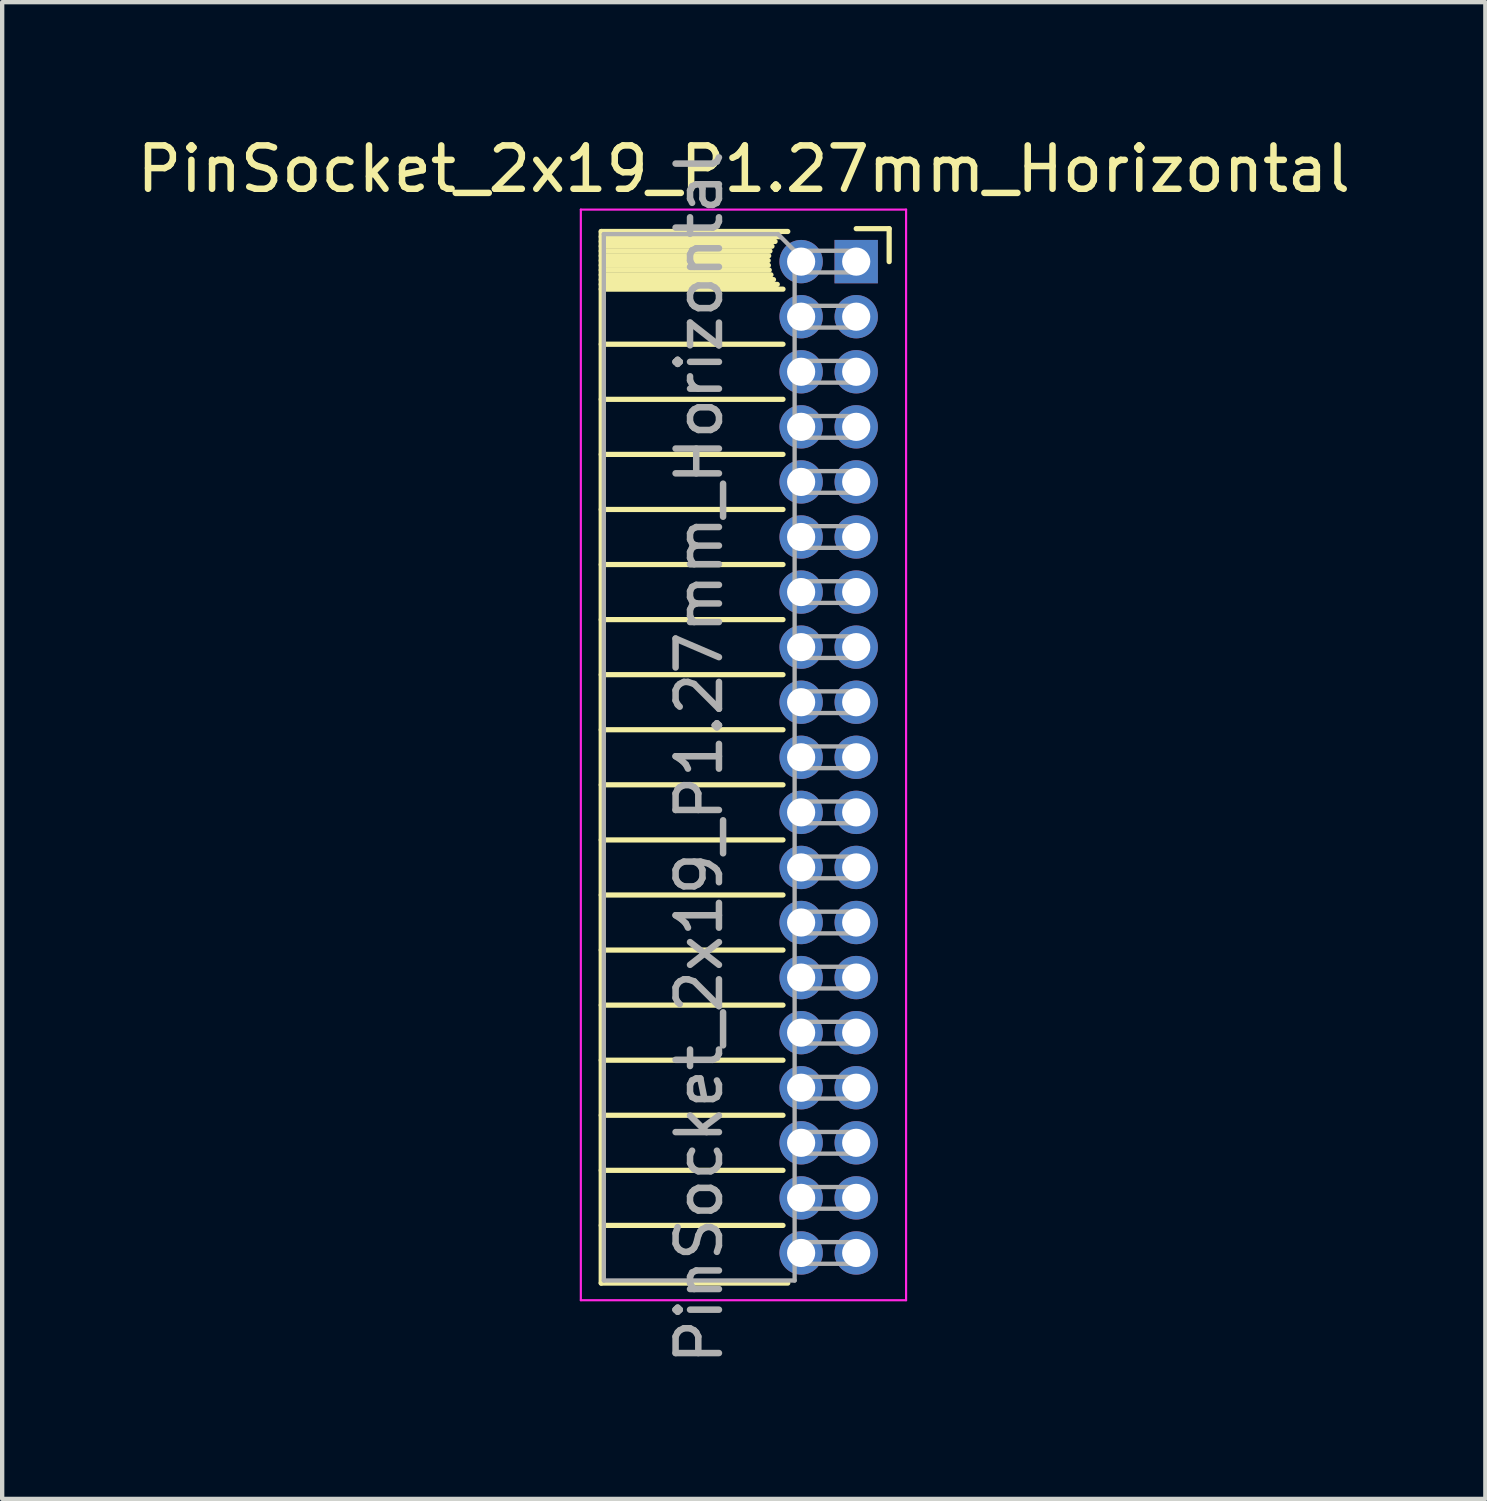
<source format=kicad_pcb>
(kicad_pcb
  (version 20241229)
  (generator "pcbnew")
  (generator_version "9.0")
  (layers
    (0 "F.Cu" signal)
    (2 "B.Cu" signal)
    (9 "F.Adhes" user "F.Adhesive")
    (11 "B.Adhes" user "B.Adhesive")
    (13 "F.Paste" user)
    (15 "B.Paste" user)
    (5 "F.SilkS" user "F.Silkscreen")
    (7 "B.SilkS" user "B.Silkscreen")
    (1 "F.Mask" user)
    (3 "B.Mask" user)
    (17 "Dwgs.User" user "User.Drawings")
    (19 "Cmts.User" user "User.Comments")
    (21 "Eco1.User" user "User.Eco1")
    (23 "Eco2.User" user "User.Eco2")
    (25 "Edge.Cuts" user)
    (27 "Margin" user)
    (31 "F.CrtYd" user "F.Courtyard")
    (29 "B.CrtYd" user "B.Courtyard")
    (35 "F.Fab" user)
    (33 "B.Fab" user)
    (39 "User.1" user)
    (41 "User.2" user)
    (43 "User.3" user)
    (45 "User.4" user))
  (footprint "PinSocket_2x19_P1.27mm_Horizontal"
    (layer "F.Cu")
    (at 16.694 2.983)
    (property "Reference" "PinSocket_2x19_P1.27mm_Horizontal" (at -2.592 -2.135 0) (layer "F.SilkS") (effects (font (size 1 1) (thickness 0.15))))
    (attr through_hole)
    (fp_line (start -5.88 -0.695) (end -5.88 23.555) (stroke (width 0.12) (type solid)) (layer "F.SilkS"))
    (fp_line (start -5.88 -0.695) (end -1.578 -0.695) (stroke (width 0.12) (type solid)) (layer "F.SilkS"))
    (fp_line (start -5.88 -0.575) (end -1.767 -0.575) (stroke (width 0.12) (type solid)) (layer "F.SilkS"))
    (fp_line (start -5.88 -0.465) (end -1.871 -0.465) (stroke (width 0.12) (type solid)) (layer "F.SilkS"))
    (fp_line (start -5.88 -0.355) (end -1.942 -0.355) (stroke (width 0.12) (type solid)) (layer "F.SilkS"))
    (fp_line (start -5.88 -0.245) (end -1.989 -0.245) (stroke (width 0.12) (type solid)) (layer "F.SilkS"))
    (fp_line (start -5.88 -0.135) (end -2.018 -0.135) (stroke (width 0.12) (type solid)) (layer "F.SilkS"))
    (fp_line (start -5.88 -0.025) (end -2.03 -0.025) (stroke (width 0.12) (type solid)) (layer "F.SilkS"))
    (fp_line (start -5.88 0.085) (end -2.025 0.085) (stroke (width 0.12) (type solid)) (layer "F.SilkS"))
    (fp_line (start -5.88 0.195) (end -2.005 0.195) (stroke (width 0.12) (type solid)) (layer "F.SilkS"))
    (fp_line (start -5.88 0.305) (end -1.966 0.305) (stroke (width 0.12) (type solid)) (layer "F.SilkS"))
    (fp_line (start -5.88 0.415) (end -1.907 0.415) (stroke (width 0.12) (type solid)) (layer "F.SilkS"))
    (fp_line (start -5.88 0.525) (end -1.82 0.525) (stroke (width 0.12) (type solid)) (layer "F.SilkS"))
    (fp_line (start -5.88 0.635) (end -1.688 0.635) (stroke (width 0.12) (type solid)) (layer "F.SilkS"))
    (fp_line (start -5.88 1.905) (end -1.688 1.905) (stroke (width 0.12) (type solid)) (layer "F.SilkS"))
    (fp_line (start -5.88 3.175) (end -1.688 3.175) (stroke (width 0.12) (type solid)) (layer "F.SilkS"))
    (fp_line (start -5.88 4.445) (end -1.688 4.445) (stroke (width 0.12) (type solid)) (layer "F.SilkS"))
    (fp_line (start -5.88 5.715) (end -1.688 5.715) (stroke (width 0.12) (type solid)) (layer "F.SilkS"))
    (fp_line (start -5.88 6.985) (end -1.688 6.985) (stroke (width 0.12) (type solid)) (layer "F.SilkS"))
    (fp_line (start -5.88 8.255) (end -1.688 8.255) (stroke (width 0.12) (type solid)) (layer "F.SilkS"))
    (fp_line (start -5.88 9.525) (end -1.688 9.525) (stroke (width 0.12) (type solid)) (layer "F.SilkS"))
    (fp_line (start -5.88 10.795) (end -1.688 10.795) (stroke (width 0.12) (type solid)) (layer "F.SilkS"))
    (fp_line (start -5.88 12.065) (end -1.688 12.065) (stroke (width 0.12) (type solid)) (layer "F.SilkS"))
    (fp_line (start -5.88 13.335) (end -1.688 13.335) (stroke (width 0.12) (type solid)) (layer "F.SilkS"))
    (fp_line (start -5.88 14.605) (end -1.688 14.605) (stroke (width 0.12) (type solid)) (layer "F.SilkS"))
    (fp_line (start -5.88 15.875) (end -1.688 15.875) (stroke (width 0.12) (type solid)) (layer "F.SilkS"))
    (fp_line (start -5.88 17.145) (end -1.688 17.145) (stroke (width 0.12) (type solid)) (layer "F.SilkS"))
    (fp_line (start -5.88 18.415) (end -1.688 18.415) (stroke (width 0.12) (type solid)) (layer "F.SilkS"))
    (fp_line (start -5.88 19.685) (end -1.688 19.685) (stroke (width 0.12) (type solid)) (layer "F.SilkS"))
    (fp_line (start -5.88 20.955) (end -1.688 20.955) (stroke (width 0.12) (type solid)) (layer "F.SilkS"))
    (fp_line (start -5.88 22.225) (end -1.688 22.225) (stroke (width 0.12) (type solid)) (layer "F.SilkS"))
    (fp_line (start -5.88 23.555) (end -1.578 23.555) (stroke (width 0.12) (type solid)) (layer "F.SilkS"))
    (fp_line (start 0 -0.76) (end 0.76 -0.76) (stroke (width 0.12) (type solid)) (layer "F.SilkS"))
    (fp_line (start 0.76 -0.76) (end 0.76 0) (stroke (width 0.12) (type solid)) (layer "F.SilkS"))
    (fp_line (start -6.35 -1.2) (end -6.35 23.95) (stroke (width 0.05) (type solid)) (layer "F.CrtYd"))
    (fp_line (start -6.35 23.95) (end 1.15 23.95) (stroke (width 0.05) (type solid)) (layer "F.CrtYd"))
    (fp_line (start 1.15 -1.2) (end -6.35 -1.2) (stroke (width 0.05) (type solid)) (layer "F.CrtYd"))
    (fp_line (start 1.15 23.95) (end 1.15 -1.2) (stroke (width 0.05) (type solid)) (layer "F.CrtYd"))
    (fp_line (start -5.82 -0.635) (end -1.805 -0.635) (stroke (width 0.1) (type solid)) (layer "F.Fab"))
    (fp_line (start -5.82 23.495) (end -5.82 -0.635) (stroke (width 0.1) (type solid)) (layer "F.Fab"))
    (fp_line (start -1.805 -0.635) (end -1.42 -0.25) (stroke (width 0.1) (type solid)) (layer "F.Fab"))
    (fp_line (start -1.42 -0.25) (end -1.42 23.495) (stroke (width 0.1) (type solid)) (layer "F.Fab"))
    (fp_line (start -1.42 0.25) (end 0 0.25) (stroke (width 0.1) (type solid)) (layer "F.Fab"))
    (fp_line (start -1.42 1.52) (end 0 1.52) (stroke (width 0.1) (type solid)) (layer "F.Fab"))
    (fp_line (start -1.42 2.79) (end 0 2.79) (stroke (width 0.1) (type solid)) (layer "F.Fab"))
    (fp_line (start -1.42 4.06) (end 0 4.06) (stroke (width 0.1) (type solid)) (layer "F.Fab"))
    (fp_line (start -1.42 5.33) (end 0 5.33) (stroke (width 0.1) (type solid)) (layer "F.Fab"))
    (fp_line (start -1.42 6.6) (end 0 6.6) (stroke (width 0.1) (type solid)) (layer "F.Fab"))
    (fp_line (start -1.42 7.87) (end 0 7.87) (stroke (width 0.1) (type solid)) (layer "F.Fab"))
    (fp_line (start -1.42 9.14) (end 0 9.14) (stroke (width 0.1) (type solid)) (layer "F.Fab"))
    (fp_line (start -1.42 10.41) (end 0 10.41) (stroke (width 0.1) (type solid)) (layer "F.Fab"))
    (fp_line (start -1.42 11.68) (end 0 11.68) (stroke (width 0.1) (type solid)) (layer "F.Fab"))
    (fp_line (start -1.42 12.95) (end 0 12.95) (stroke (width 0.1) (type solid)) (layer "F.Fab"))
    (fp_line (start -1.42 14.22) (end 0 14.22) (stroke (width 0.1) (type solid)) (layer "F.Fab"))
    (fp_line (start -1.42 15.49) (end 0 15.49) (stroke (width 0.1) (type solid)) (layer "F.Fab"))
    (fp_line (start -1.42 16.76) (end 0 16.76) (stroke (width 0.1) (type solid)) (layer "F.Fab"))
    (fp_line (start -1.42 18.03) (end 0 18.03) (stroke (width 0.1) (type solid)) (layer "F.Fab"))
    (fp_line (start -1.42 19.3) (end 0 19.3) (stroke (width 0.1) (type solid)) (layer "F.Fab"))
    (fp_line (start -1.42 20.57) (end 0 20.57) (stroke (width 0.1) (type solid)) (layer "F.Fab"))
    (fp_line (start -1.42 21.84) (end 0 21.84) (stroke (width 0.1) (type solid)) (layer "F.Fab"))
    (fp_line (start -1.42 23.11) (end 0 23.11) (stroke (width 0.1) (type solid)) (layer "F.Fab"))
    (fp_line (start -1.42 23.495) (end -5.82 23.495) (stroke (width 0.1) (type solid)) (layer "F.Fab"))
    (fp_line (start 0 -0.25) (end -1.42 -0.25) (stroke (width 0.1) (type solid)) (layer "F.Fab"))
    (fp_line (start 0 0.25) (end 0 -0.25) (stroke (width 0.1) (type solid)) (layer "F.Fab"))
    (fp_line (start 0 1.02) (end -1.42 1.02) (stroke (width 0.1) (type solid)) (layer "F.Fab"))
    (fp_line (start 0 1.52) (end 0 1.02) (stroke (width 0.1) (type solid)) (layer "F.Fab"))
    (fp_line (start 0 2.29) (end -1.42 2.29) (stroke (width 0.1) (type solid)) (layer "F.Fab"))
    (fp_line (start 0 2.79) (end 0 2.29) (stroke (width 0.1) (type solid)) (layer "F.Fab"))
    (fp_line (start 0 3.56) (end -1.42 3.56) (stroke (width 0.1) (type solid)) (layer "F.Fab"))
    (fp_line (start 0 4.06) (end 0 3.56) (stroke (width 0.1) (type solid)) (layer "F.Fab"))
    (fp_line (start 0 4.83) (end -1.42 4.83) (stroke (width 0.1) (type solid)) (layer "F.Fab"))
    (fp_line (start 0 5.33) (end 0 4.83) (stroke (width 0.1) (type solid)) (layer "F.Fab"))
    (fp_line (start 0 6.1) (end -1.42 6.1) (stroke (width 0.1) (type solid)) (layer "F.Fab"))
    (fp_line (start 0 6.6) (end 0 6.1) (stroke (width 0.1) (type solid)) (layer "F.Fab"))
    (fp_line (start 0 7.37) (end -1.42 7.37) (stroke (width 0.1) (type solid)) (layer "F.Fab"))
    (fp_line (start 0 7.87) (end 0 7.37) (stroke (width 0.1) (type solid)) (layer "F.Fab"))
    (fp_line (start 0 8.64) (end -1.42 8.64) (stroke (width 0.1) (type solid)) (layer "F.Fab"))
    (fp_line (start 0 9.14) (end 0 8.64) (stroke (width 0.1) (type solid)) (layer "F.Fab"))
    (fp_line (start 0 9.91) (end -1.42 9.91) (stroke (width 0.1) (type solid)) (layer "F.Fab"))
    (fp_line (start 0 10.41) (end 0 9.91) (stroke (width 0.1) (type solid)) (layer "F.Fab"))
    (fp_line (start 0 11.18) (end -1.42 11.18) (stroke (width 0.1) (type solid)) (layer "F.Fab"))
    (fp_line (start 0 11.68) (end 0 11.18) (stroke (width 0.1) (type solid)) (layer "F.Fab"))
    (fp_line (start 0 12.45) (end -1.42 12.45) (stroke (width 0.1) (type solid)) (layer "F.Fab"))
    (fp_line (start 0 12.95) (end 0 12.45) (stroke (width 0.1) (type solid)) (layer "F.Fab"))
    (fp_line (start 0 13.72) (end -1.42 13.72) (stroke (width 0.1) (type solid)) (layer "F.Fab"))
    (fp_line (start 0 14.22) (end 0 13.72) (stroke (width 0.1) (type solid)) (layer "F.Fab"))
    (fp_line (start 0 14.99) (end -1.42 14.99) (stroke (width 0.1) (type solid)) (layer "F.Fab"))
    (fp_line (start 0 15.49) (end 0 14.99) (stroke (width 0.1) (type solid)) (layer "F.Fab"))
    (fp_line (start 0 16.26) (end -1.42 16.26) (stroke (width 0.1) (type solid)) (layer "F.Fab"))
    (fp_line (start 0 16.76) (end 0 16.26) (stroke (width 0.1) (type solid)) (layer "F.Fab"))
    (fp_line (start 0 17.53) (end -1.42 17.53) (stroke (width 0.1) (type solid)) (layer "F.Fab"))
    (fp_line (start 0 18.03) (end 0 17.53) (stroke (width 0.1) (type solid)) (layer "F.Fab"))
    (fp_line (start 0 18.8) (end -1.42 18.8) (stroke (width 0.1) (type solid)) (layer "F.Fab"))
    (fp_line (start 0 19.3) (end 0 18.8) (stroke (width 0.1) (type solid)) (layer "F.Fab"))
    (fp_line (start 0 20.07) (end -1.42 20.07) (stroke (width 0.1) (type solid)) (layer "F.Fab"))
    (fp_line (start 0 20.57) (end 0 20.07) (stroke (width 0.1) (type solid)) (layer "F.Fab"))
    (fp_line (start 0 21.34) (end -1.42 21.34) (stroke (width 0.1) (type solid)) (layer "F.Fab"))
    (fp_line (start 0 21.84) (end 0 21.34) (stroke (width 0.1) (type solid)) (layer "F.Fab"))
    (fp_line (start 0 22.61) (end -1.42 22.61) (stroke (width 0.1) (type solid)) (layer "F.Fab"))
    (fp_line (start 0 23.11) (end 0 22.61) (stroke (width 0.1) (type solid)) (layer "F.Fab"))
    (fp_text user "${REFERENCE}" (at -3.62 11.43 90) (layer "F.Fab") (effects (font (size 1 1) (thickness 0.15))))
    (pad "1" thru_hole rect (at 0 0) (size 1 1) (drill 0.65) (layers "*.Cu" "*.Mask"))
    (pad "2" thru_hole oval (at -1.27 0) (size 1 1) (drill 0.65) (layers "*.Cu" "*.Mask"))
    (pad "3" thru_hole oval (at 0 1.27) (size 1 1) (drill 0.65) (layers "*.Cu" "*.Mask"))
    (pad "4" thru_hole oval (at -1.27 1.27) (size 1 1) (drill 0.65) (layers "*.Cu" "*.Mask"))
    (pad "5" thru_hole oval (at 0 2.54) (size 1 1) (drill 0.65) (layers "*.Cu" "*.Mask"))
    (pad "6" thru_hole oval (at -1.27 2.54) (size 1 1) (drill 0.65) (layers "*.Cu" "*.Mask"))
    (pad "7" thru_hole oval (at 0 3.81) (size 1 1) (drill 0.65) (layers "*.Cu" "*.Mask"))
    (pad "8" thru_hole oval (at -1.27 3.81) (size 1 1) (drill 0.65) (layers "*.Cu" "*.Mask"))
    (pad "9" thru_hole oval (at 0 5.08) (size 1 1) (drill 0.65) (layers "*.Cu" "*.Mask"))
    (pad "10" thru_hole oval (at -1.27 5.08) (size 1 1) (drill 0.65) (layers "*.Cu" "*.Mask"))
    (pad "11" thru_hole oval (at 0 6.35) (size 1 1) (drill 0.65) (layers "*.Cu" "*.Mask"))
    (pad "12" thru_hole oval (at -1.27 6.35) (size 1 1) (drill 0.65) (layers "*.Cu" "*.Mask"))
    (pad "13" thru_hole oval (at 0 7.62) (size 1 1) (drill 0.65) (layers "*.Cu" "*.Mask"))
    (pad "14" thru_hole oval (at -1.27 7.62) (size 1 1) (drill 0.65) (layers "*.Cu" "*.Mask"))
    (pad "15" thru_hole oval (at 0 8.89) (size 1 1) (drill 0.65) (layers "*.Cu" "*.Mask"))
    (pad "16" thru_hole oval (at -1.27 8.89) (size 1 1) (drill 0.65) (layers "*.Cu" "*.Mask"))
    (pad "17" thru_hole oval (at 0 10.16) (size 1 1) (drill 0.65) (layers "*.Cu" "*.Mask"))
    (pad "18" thru_hole oval (at -1.27 10.16) (size 1 1) (drill 0.65) (layers "*.Cu" "*.Mask"))
    (pad "19" thru_hole oval (at 0 11.43) (size 1 1) (drill 0.65) (layers "*.Cu" "*.Mask"))
    (pad "20" thru_hole oval (at -1.27 11.43) (size 1 1) (drill 0.65) (layers "*.Cu" "*.Mask"))
    (pad "21" thru_hole oval (at 0 12.7) (size 1 1) (drill 0.65) (layers "*.Cu" "*.Mask"))
    (pad "22" thru_hole oval (at -1.27 12.7) (size 1 1) (drill 0.65) (layers "*.Cu" "*.Mask"))
    (pad "23" thru_hole oval (at 0 13.97) (size 1 1) (drill 0.65) (layers "*.Cu" "*.Mask"))
    (pad "24" thru_hole oval (at -1.27 13.97) (size 1 1) (drill 0.65) (layers "*.Cu" "*.Mask"))
    (pad "25" thru_hole oval (at 0 15.24) (size 1 1) (drill 0.65) (layers "*.Cu" "*.Mask"))
    (pad "26" thru_hole oval (at -1.27 15.24) (size 1 1) (drill 0.65) (layers "*.Cu" "*.Mask"))
    (pad "27" thru_hole oval (at 0 16.51) (size 1 1) (drill 0.65) (layers "*.Cu" "*.Mask"))
    (pad "28" thru_hole oval (at -1.27 16.51) (size 1 1) (drill 0.65) (layers "*.Cu" "*.Mask"))
    (pad "29" thru_hole oval (at 0 17.78) (size 1 1) (drill 0.65) (layers "*.Cu" "*.Mask"))
    (pad "30" thru_hole oval (at -1.27 17.78) (size 1 1) (drill 0.65) (layers "*.Cu" "*.Mask"))
    (pad "31" thru_hole oval (at 0 19.05) (size 1 1) (drill 0.65) (layers "*.Cu" "*.Mask"))
    (pad "32" thru_hole oval (at -1.27 19.05) (size 1 1) (drill 0.65) (layers "*.Cu" "*.Mask"))
    (pad "33" thru_hole oval (at 0 20.32) (size 1 1) (drill 0.65) (layers "*.Cu" "*.Mask"))
    (pad "34" thru_hole oval (at -1.27 20.32) (size 1 1) (drill 0.65) (layers "*.Cu" "*.Mask"))
    (pad "35" thru_hole oval (at 0 21.59) (size 1 1) (drill 0.65) (layers "*.Cu" "*.Mask"))
    (pad "36" thru_hole oval (at -1.27 21.59) (size 1 1) (drill 0.65) (layers "*.Cu" "*.Mask"))
    (pad "37" thru_hole oval (at 0 22.86) (size 1 1) (drill 0.65) (layers "*.Cu" "*.Mask"))
    (pad "38" thru_hole oval (at -1.27 22.86) (size 1 1) (drill 0.65) (layers "*.Cu" "*.Mask")))
  (gr_rect
    (start -3 -3)
    (end 31.202 31.514)
    (stroke (width 0.1) (type default))
    (fill no)
    (layer "Edge.Cuts")))
</source>
